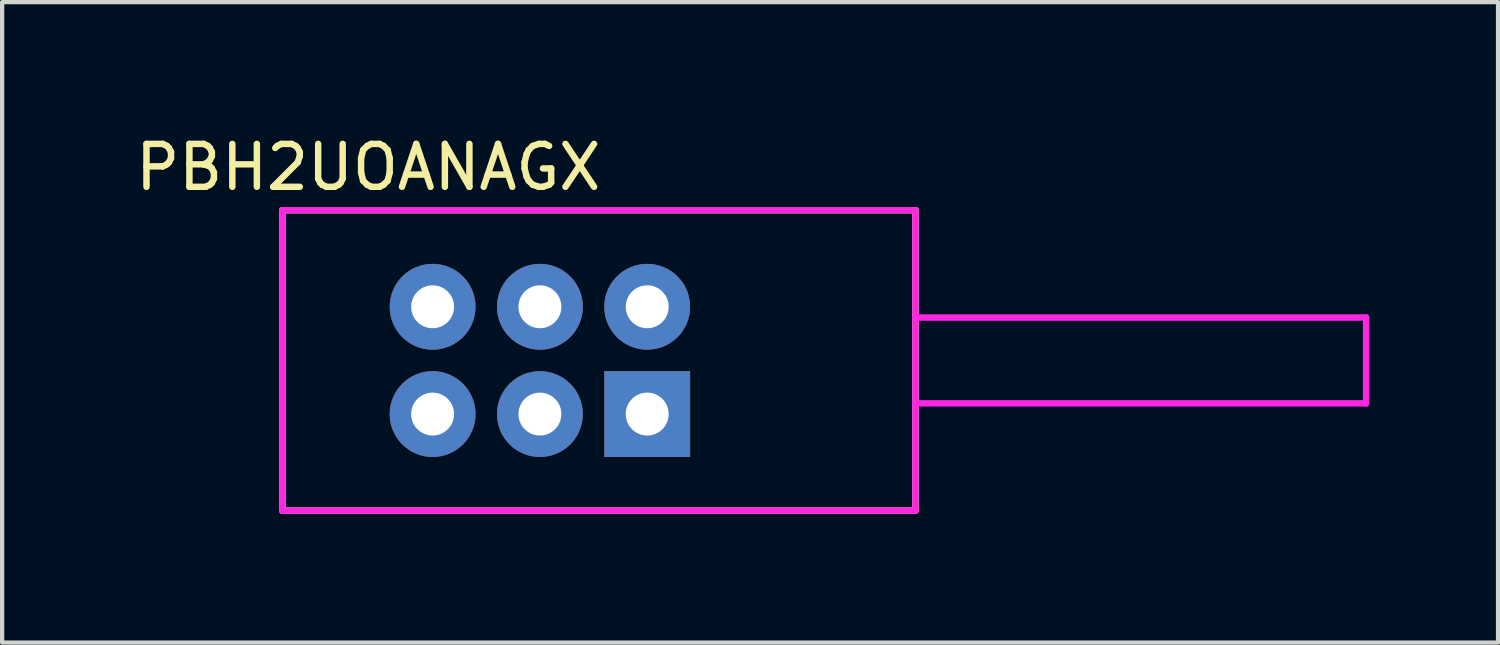
<source format=kicad_pcb>
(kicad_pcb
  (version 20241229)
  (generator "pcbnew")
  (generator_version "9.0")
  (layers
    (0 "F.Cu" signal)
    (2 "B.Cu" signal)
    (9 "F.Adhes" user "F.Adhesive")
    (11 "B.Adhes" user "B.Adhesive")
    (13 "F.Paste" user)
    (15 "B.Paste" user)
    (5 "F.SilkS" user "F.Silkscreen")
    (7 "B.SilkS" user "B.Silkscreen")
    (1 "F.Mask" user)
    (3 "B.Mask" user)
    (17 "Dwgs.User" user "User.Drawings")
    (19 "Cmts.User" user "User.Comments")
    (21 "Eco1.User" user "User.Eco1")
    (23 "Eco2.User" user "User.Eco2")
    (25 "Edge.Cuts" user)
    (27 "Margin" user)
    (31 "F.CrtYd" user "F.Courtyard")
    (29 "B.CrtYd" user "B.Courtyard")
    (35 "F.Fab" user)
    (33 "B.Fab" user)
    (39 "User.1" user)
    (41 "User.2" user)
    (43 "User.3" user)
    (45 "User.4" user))
  (footprint "PBH2UOANAGX"
    (layer "F.Cu")
    (at 9.53 5.348)
    (property "Reference" "PBH2UOANAGX" (at -4 -4.5 0) (layer "F.SilkS") (effects (font (size 1 1) (thickness 0.15))))
    (attr through_hole)
    (fp_line (start -6 -3.5) (end 8.75 -3.5) (stroke (width 0.15) (type solid)) (layer "F.SilkS"))
    (fp_line (start -6 3.5) (end -6 -3.5) (stroke (width 0.15) (type solid)) (layer "F.SilkS"))
    (fp_line (start 8.75 -3.5) (end 8.75 3.5) (stroke (width 0.15) (type solid)) (layer "F.SilkS"))
    (fp_line (start 8.75 3.5) (end -6 3.5) (stroke (width 0.15) (type solid)) (layer "F.SilkS"))
    (fp_line (start -6 -3.5) (end -6 3.5) (stroke (width 0.15) (type solid)) (layer "F.CrtYd"))
    (fp_line (start -6 -3.5) (end 8.75 -3.5) (stroke (width 0.15) (type solid)) (layer "F.CrtYd"))
    (fp_line (start -6 3.5) (end 8.75 3.5) (stroke (width 0.15) (type solid)) (layer "F.CrtYd"))
    (fp_line (start 8.75 -3.5) (end 8.75 3.5) (stroke (width 0.15) (type solid)) (layer "F.CrtYd"))
    (fp_line (start 8.75 -1) (end 19.25 -1) (stroke (width 0.15) (type solid)) (layer "F.CrtYd"))
    (fp_line (start 19.25 -1) (end 19.25 1) (stroke (width 0.15) (type solid)) (layer "F.CrtYd"))
    (fp_line (start 19.25 1) (end 8.75 1) (stroke (width 0.15) (type solid)) (layer "F.CrtYd"))
    (pad "1" thru_hole rect (at 2.5 1.25) (size 2 2) (drill 1) (layers "*.Cu" "*.Mask"))
    (pad "2" thru_hole circle (at 0 1.25) (size 2 2) (drill 1) (layers "*.Cu" "*.Mask"))
    (pad "3" thru_hole circle (at -2.5 1.25) (size 2 2) (drill 1) (layers "*.Cu" "*.Mask"))
    (pad "4" thru_hole circle (at 2.5 -1.25) (size 2 2) (drill 1) (layers "*.Cu" "*.Mask"))
    (pad "5" thru_hole circle (at 0 -1.25) (size 2 2) (drill 1) (layers "*.Cu" "*.Mask"))
    (pad "6" thru_hole circle (at -2.5 -1.25) (size 2 2) (drill 1) (layers "*.Cu" "*.Mask")))
  (gr_rect
    (start -3 -3)
    (end 31.855 11.923)
    (stroke (width 0.1) (type default))
    (fill no)
    (layer "Edge.Cuts")))
</source>
